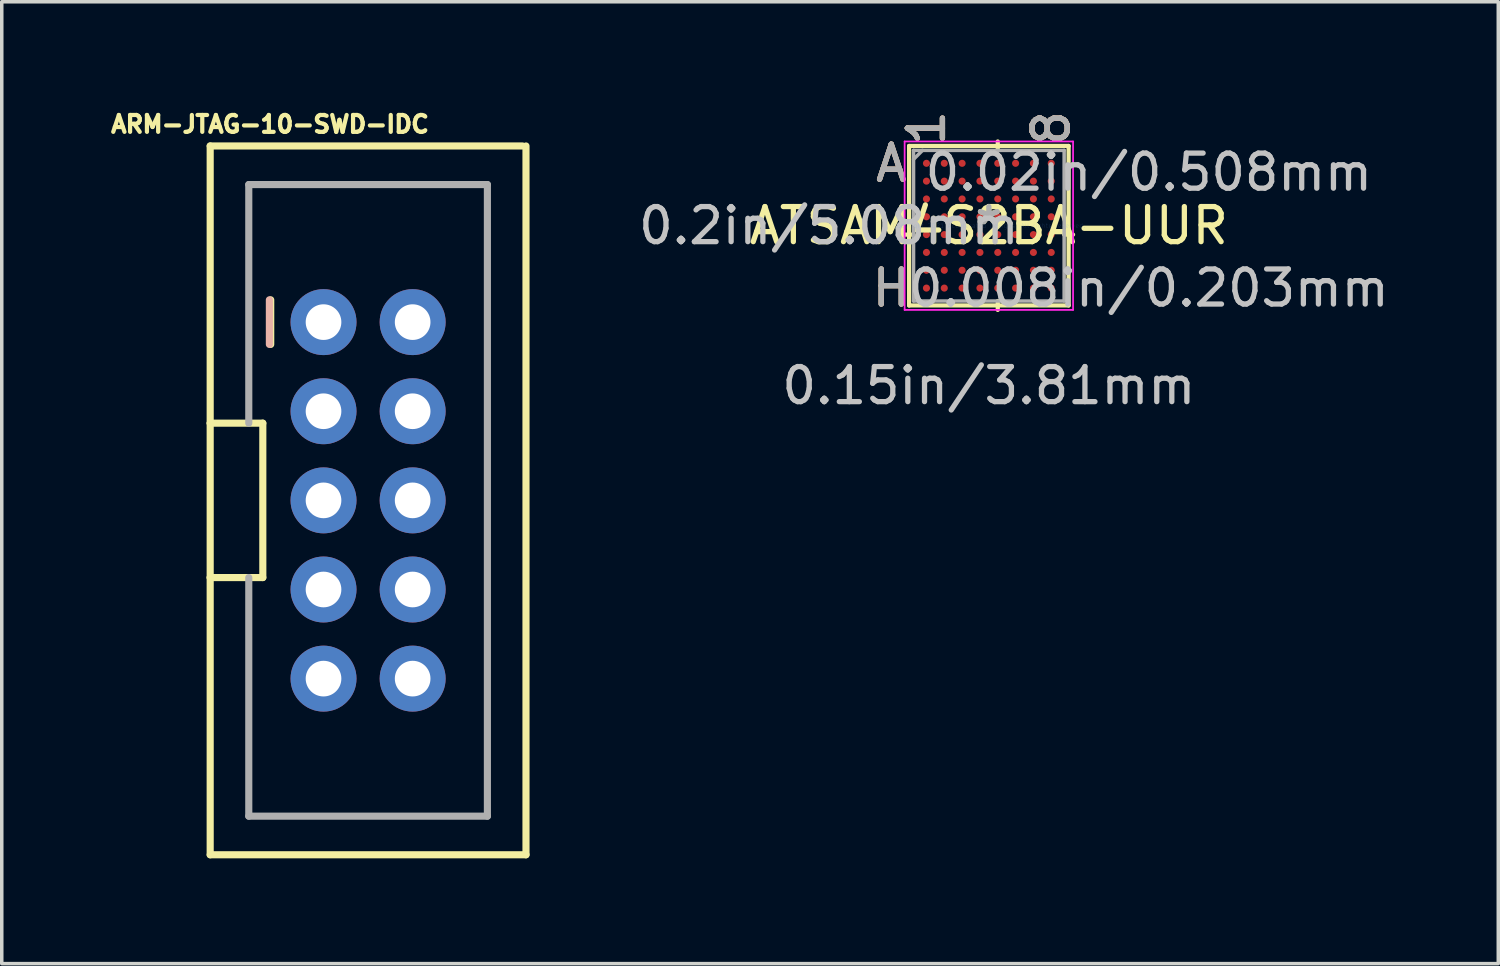
<source format=kicad_pcb>
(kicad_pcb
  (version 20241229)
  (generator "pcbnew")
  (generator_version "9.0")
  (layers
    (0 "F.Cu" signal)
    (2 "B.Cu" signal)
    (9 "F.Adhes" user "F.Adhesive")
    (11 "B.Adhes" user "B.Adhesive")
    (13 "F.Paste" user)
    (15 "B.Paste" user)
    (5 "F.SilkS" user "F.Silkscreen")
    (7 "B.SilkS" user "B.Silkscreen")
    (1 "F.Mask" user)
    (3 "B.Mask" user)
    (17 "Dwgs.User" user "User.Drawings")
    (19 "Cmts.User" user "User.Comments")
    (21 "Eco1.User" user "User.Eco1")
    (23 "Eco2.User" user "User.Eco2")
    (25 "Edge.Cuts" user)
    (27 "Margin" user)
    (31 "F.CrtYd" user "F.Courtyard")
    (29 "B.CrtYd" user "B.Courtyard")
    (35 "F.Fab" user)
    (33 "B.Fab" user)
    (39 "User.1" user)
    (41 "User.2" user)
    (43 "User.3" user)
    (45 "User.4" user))
  (footprint "ATSAM4S2BA-UUR"
    (layer "F.Cu")
    (at 25.131 3.382)
    (property "Reference" "ATSAM4S2BA-UUR" (at 0 0 0) (layer "F.SilkS") (effects (font (size 1 1) (thickness 0.15))))
    (attr through_hole)
    (fp_line (start -2.273 -2.273) (end -2.273 2.273) (stroke (width 0.12) (type solid)) (layer "F.SilkS"))
    (fp_line (start -2.273 2.273) (end 2.273 2.273) (stroke (width 0.12) (type solid)) (layer "F.SilkS"))
    (fp_line (start -2.146 0.254) (end -2.4 0.254) (stroke (width 0.12) (type solid)) (layer "F.SilkS"))
    (fp_line (start 0.254 -2.146) (end 0.254 -2.4) (stroke (width 0.12) (type solid)) (layer "F.SilkS"))
    (fp_line (start 0.254 2.146) (end 0.254 2.4) (stroke (width 0.12) (type solid)) (layer "F.SilkS"))
    (fp_line (start 2.146 0.254) (end 2.4 0.254) (stroke (width 0.12) (type solid)) (layer "F.SilkS"))
    (fp_line (start 2.273 -2.273) (end -2.273 -2.273) (stroke (width 0.12) (type solid)) (layer "F.SilkS"))
    (fp_line (start 2.273 2.273) (end 2.273 -2.273) (stroke (width 0.12) (type solid)) (layer "F.SilkS"))
    (fp_line (start -2.4 -2.4) (end 2.4 -2.4) (stroke (width 0.05) (type solid)) (layer "F.CrtYd"))
    (fp_line (start -2.4 2.4) (end -2.4 -2.4) (stroke (width 0.05) (type solid)) (layer "F.CrtYd"))
    (fp_line (start 2.4 -2.4) (end 2.4 2.4) (stroke (width 0.05) (type solid)) (layer "F.CrtYd"))
    (fp_line (start 2.4 2.4) (end -2.4 2.4) (stroke (width 0.05) (type solid)) (layer "F.CrtYd"))
    (fp_line (start -2.146 -2.146) (end -2.146 2.146) (stroke (width 0.1) (type solid)) (layer "F.Fab"))
    (fp_line (start -2.146 2.146) (end 2.146 2.146) (stroke (width 0.1) (type solid)) (layer "F.Fab"))
    (fp_line (start -1.892 -2.146) (end -2.146 -1.892) (stroke (width 0.1) (type solid)) (layer "F.Fab"))
    (fp_line (start 2.146 -2.146) (end -2.146 -2.146) (stroke (width 0.1) (type solid)) (layer "F.Fab"))
    (fp_line (start 2.146 2.146) (end 2.146 -2.146) (stroke (width 0.1) (type solid)) (layer "F.Fab"))
    (fp_text user "H" (at -2.781 1.778 0) (layer "F.SilkS") (effects (font (size 1 1) (thickness 0.15))))
    (fp_text user "A" (at -2.781 -1.778 0) (layer "F.SilkS") (effects (font (size 1 1) (thickness 0.15))))
    (fp_text user "8" (at 1.778 -2.781 90) (layer "F.SilkS") (effects (font (size 1 1) (thickness 0.15))))
    (fp_text user "*" (at 0 0 0) (layer "F.SilkS") (effects (font (size 1 1) (thickness 0.15))))
    (fp_text user "1" (at -1.778 -2.781 90) (layer "F.SilkS") (effects (font (size 1 1) (thickness 0.15))))
    (fp_text user "1" (at -1.778 -2.781 90) (layer "B.SilkS") (effects (font (size 1 1) (thickness 0.15))))
    (fp_text user "A" (at -2.781 -1.778 0) (layer "B.SilkS") (effects (font (size 1 1) (thickness 0.15))))
    (fp_text user "8" (at 1.778 -2.781 90) (layer "B.SilkS") (effects (font (size 1 1) (thickness 0.15))))
    (fp_text user "H" (at -2.781 1.778 0) (layer "B.SilkS") (effects (font (size 1 1) (thickness 0.15))))
    (fp_text user "0.15in/3.81mm" (at 0 4.559 0) (layer "Dwgs.User") (effects (font (size 1 1) (thickness 0.15))))
    (fp_text user "0.02in/0.508mm" (at 4.559 -1.524 0) (layer "Dwgs.User") (effects (font (size 1 1) (thickness 0.15))))
    (fp_text user "0.008in/0.203mm" (at 4.559 1.778 0) (layer "Dwgs.User") (effects (font (size 1 1) (thickness 0.15))))
    (fp_text user "0.2in/5.08mm" (at -4.559 0 0) (layer "Dwgs.User") (effects (font (size 1 1) (thickness 0.15))))
    (fp_text user "Copyright 2021 Accelerated Designs. All rights reserved." (at 0 0 0) (layer "Cmts.User") (effects (font (size 0.127 0.127) (thickness 0.002))))
    (fp_text user "1" (at -1.778 -2.781 90) (layer "F.Fab") (effects (font (size 1 1) (thickness 0.15))))
    (fp_text user "H" (at -2.781 1.778 0) (layer "F.Fab") (effects (font (size 1 1) (thickness 0.15))))
    (fp_text user "8" (at 1.778 -2.781 90) (layer "F.Fab") (effects (font (size 1 1) (thickness 0.15))))
    (fp_text user "A" (at -2.781 -1.778 0) (layer "F.Fab") (effects (font (size 1 1) (thickness 0.15))))
    (fp_text user "*" (at 0 0 0) (layer "F.Fab") (effects (font (size 1 1) (thickness 0.15))))
    (pad "A1" smd circle (at -1.778 -1.778) (size 0.203 0.203) (layers "F.Cu" "F.Mask" "F.Paste"))
    (pad "A2" smd circle (at -1.27 -1.778) (size 0.203 0.203) (layers "F.Cu" "F.Mask" "F.Paste"))
    (pad "A3" smd circle (at -0.762 -1.778) (size 0.203 0.203) (layers "F.Cu" "F.Mask" "F.Paste"))
    (pad "A4" smd circle (at -0.254 -1.778) (size 0.203 0.203) (layers "F.Cu" "F.Mask" "F.Paste"))
    (pad "A5" smd circle (at 0.254 -1.778) (size 0.203 0.203) (layers "F.Cu" "F.Mask" "F.Paste"))
    (pad "A6" smd circle (at 0.762 -1.778) (size 0.203 0.203) (layers "F.Cu" "F.Mask" "F.Paste"))
    (pad "A7" smd circle (at 1.27 -1.778) (size 0.203 0.203) (layers "F.Cu" "F.Mask" "F.Paste"))
    (pad "A8" smd circle (at 1.778 -1.778) (size 0.203 0.203) (layers "F.Cu" "F.Mask" "F.Paste"))
    (pad "B1" smd circle (at -1.778 -1.27) (size 0.203 0.203) (layers "F.Cu" "F.Mask" "F.Paste"))
    (pad "B2" smd circle (at -1.27 -1.27) (size 0.203 0.203) (layers "F.Cu" "F.Mask" "F.Paste"))
    (pad "B3" smd circle (at -0.762 -1.27) (size 0.203 0.203) (layers "F.Cu" "F.Mask" "F.Paste"))
    (pad "B4" smd circle (at -0.254 -1.27) (size 0.203 0.203) (layers "F.Cu" "F.Mask" "F.Paste"))
    (pad "B5" smd circle (at 0.254 -1.27) (size 0.203 0.203) (layers "F.Cu" "F.Mask" "F.Paste"))
    (pad "B6" smd circle (at 0.762 -1.27) (size 0.203 0.203) (layers "F.Cu" "F.Mask" "F.Paste"))
    (pad "B7" smd circle (at 1.27 -1.27) (size 0.203 0.203) (layers "F.Cu" "F.Mask" "F.Paste"))
    (pad "B8" smd circle (at 1.778 -1.27) (size 0.203 0.203) (layers "F.Cu" "F.Mask" "F.Paste"))
    (pad "C1" smd circle (at -1.778 -0.762) (size 0.203 0.203) (layers "F.Cu" "F.Mask" "F.Paste"))
    (pad "C2" smd circle (at -1.27 -0.762) (size 0.203 0.203) (layers "F.Cu" "F.Mask" "F.Paste"))
    (pad "C3" smd circle (at -0.762 -0.762) (size 0.203 0.203) (layers "F.Cu" "F.Mask" "F.Paste"))
    (pad "C4" smd circle (at -0.254 -0.762) (size 0.203 0.203) (layers "F.Cu" "F.Mask" "F.Paste"))
    (pad "C5" smd circle (at 0.254 -0.762) (size 0.203 0.203) (layers "F.Cu" "F.Mask" "F.Paste"))
    (pad "C6" smd circle (at 0.762 -0.762) (size 0.203 0.203) (layers "F.Cu" "F.Mask" "F.Paste"))
    (pad "C7" smd circle (at 1.27 -0.762) (size 0.203 0.203) (layers "F.Cu" "F.Mask" "F.Paste"))
    (pad "C8" smd circle (at 1.778 -0.762) (size 0.203 0.203) (layers "F.Cu" "F.Mask" "F.Paste"))
    (pad "D1" smd circle (at -1.778 -0.254) (size 0.203 0.203) (layers "F.Cu" "F.Mask" "F.Paste"))
    (pad "D2" smd circle (at -1.27 -0.254) (size 0.203 0.203) (layers "F.Cu" "F.Mask" "F.Paste"))
    (pad "D3" smd circle (at -0.762 -0.254) (size 0.203 0.203) (layers "F.Cu" "F.Mask" "F.Paste"))
    (pad "D4" smd circle (at -0.254 -0.254) (size 0.203 0.203) (layers "F.Cu" "F.Mask" "F.Paste"))
    (pad "D5" smd circle (at 0.254 -0.254) (size 0.203 0.203) (layers "F.Cu" "F.Mask" "F.Paste"))
    (pad "D6" smd circle (at 0.762 -0.254) (size 0.203 0.203) (layers "F.Cu" "F.Mask" "F.Paste"))
    (pad "D7" smd circle (at 1.27 -0.254) (size 0.203 0.203) (layers "F.Cu" "F.Mask" "F.Paste"))
    (pad "D8" smd circle (at 1.778 -0.254) (size 0.203 0.203) (layers "F.Cu" "F.Mask" "F.Paste"))
    (pad "E1" smd circle (at -1.778 0.254) (size 0.203 0.203) (layers "F.Cu" "F.Mask" "F.Paste"))
    (pad "E2" smd circle (at -1.27 0.254) (size 0.203 0.203) (layers "F.Cu" "F.Mask" "F.Paste"))
    (pad "E3" smd circle (at -0.762 0.254) (size 0.203 0.203) (layers "F.Cu" "F.Mask" "F.Paste"))
    (pad "E4" smd circle (at -0.254 0.254) (size 0.203 0.203) (layers "F.Cu" "F.Mask" "F.Paste"))
    (pad "E5" smd circle (at 0.254 0.254) (size 0.203 0.203) (layers "F.Cu" "F.Mask" "F.Paste"))
    (pad "E6" smd circle (at 0.762 0.254) (size 0.203 0.203) (layers "F.Cu" "F.Mask" "F.Paste"))
    (pad "E7" smd circle (at 1.27 0.254) (size 0.203 0.203) (layers "F.Cu" "F.Mask" "F.Paste"))
    (pad "E8" smd circle (at 1.778 0.254) (size 0.203 0.203) (layers "F.Cu" "F.Mask" "F.Paste"))
    (pad "F1" smd circle (at -1.778 0.762) (size 0.203 0.203) (layers "F.Cu" "F.Mask" "F.Paste"))
    (pad "F2" smd circle (at -1.27 0.762) (size 0.203 0.203) (layers "F.Cu" "F.Mask" "F.Paste"))
    (pad "F3" smd circle (at -0.762 0.762) (size 0.203 0.203) (layers "F.Cu" "F.Mask" "F.Paste"))
    (pad "F4" smd circle (at -0.254 0.762) (size 0.203 0.203) (layers "F.Cu" "F.Mask" "F.Paste"))
    (pad "F5" smd circle (at 0.254 0.762) (size 0.203 0.203) (layers "F.Cu" "F.Mask" "F.Paste"))
    (pad "F6" smd circle (at 0.762 0.762) (size 0.203 0.203) (layers "F.Cu" "F.Mask" "F.Paste"))
    (pad "F7" smd circle (at 1.27 0.762) (size 0.203 0.203) (layers "F.Cu" "F.Mask" "F.Paste"))
    (pad "F8" smd circle (at 1.778 0.762) (size 0.203 0.203) (layers "F.Cu" "F.Mask" "F.Paste"))
    (pad "G1" smd circle (at -1.778 1.27) (size 0.203 0.203) (layers "F.Cu" "F.Mask" "F.Paste"))
    (pad "G2" smd circle (at -1.27 1.27) (size 0.203 0.203) (layers "F.Cu" "F.Mask" "F.Paste"))
    (pad "G3" smd circle (at -0.762 1.27) (size 0.203 0.203) (layers "F.Cu" "F.Mask" "F.Paste"))
    (pad "G4" smd circle (at -0.254 1.27) (size 0.203 0.203) (layers "F.Cu" "F.Mask" "F.Paste"))
    (pad "G5" smd circle (at 0.254 1.27) (size 0.203 0.203) (layers "F.Cu" "F.Mask" "F.Paste"))
    (pad "G6" smd circle (at 0.762 1.27) (size 0.203 0.203) (layers "F.Cu" "F.Mask" "F.Paste"))
    (pad "G7" smd circle (at 1.27 1.27) (size 0.203 0.203) (layers "F.Cu" "F.Mask" "F.Paste"))
    (pad "G8" smd circle (at 1.778 1.27) (size 0.203 0.203) (layers "F.Cu" "F.Mask" "F.Paste"))
    (pad "H1" smd circle (at -1.778 1.778) (size 0.203 0.203) (layers "F.Cu" "F.Mask" "F.Paste"))
    (pad "H2" smd circle (at -1.27 1.778) (size 0.203 0.203) (layers "F.Cu" "F.Mask" "F.Paste"))
    (pad "H3" smd circle (at -0.762 1.778) (size 0.203 0.203) (layers "F.Cu" "F.Mask" "F.Paste"))
    (pad "H4" smd circle (at -0.254 1.778) (size 0.203 0.203) (layers "F.Cu" "F.Mask" "F.Paste"))
    (pad "H5" smd circle (at 0.254 1.778) (size 0.203 0.203) (layers "F.Cu" "F.Mask" "F.Paste"))
    (pad "H6" smd circle (at 0.762 1.778) (size 0.203 0.203) (layers "F.Cu" "F.Mask" "F.Paste"))
    (pad "H7" smd circle (at 1.27 1.778) (size 0.203 0.203) (layers "F.Cu" "F.Mask" "F.Paste"))
    (pad "H8" smd circle (at 1.778 1.778) (size 0.203 0.203) (layers "F.Cu" "F.Mask" "F.Paste")))
  (footprint "ARM-JTAG-10-SWD-IDC"
    (layer "F.Cu")
    (at 7.44 11.21)
    (property "Reference" "ARM-JTAG-10-SWD-IDC" (at -2.794 -10.719 0) (layer "F.SilkS") (effects (font (size 0.48 0.48) (thickness 0.15))))
    (attr through_hole)
    (fp_line (start -4.5 -10.1) (end 4.4 -10.1) (stroke (width 0.203) (type solid)) (layer "F.SilkS"))
    (fp_line (start -4.5 -2.2) (end -4.5 -10.1) (stroke (width 0.203) (type solid)) (layer "F.SilkS"))
    (fp_line (start -4.5 -2.2) (end -3 -2.2) (stroke (width 0.203) (type solid)) (layer "F.SilkS"))
    (fp_line (start -4.5 2.2) (end -4.5 -2.2) (stroke (width 0.203) (type solid)) (layer "F.SilkS"))
    (fp_line (start -4.5 10.1) (end -4.5 2.2) (stroke (width 0.203) (type solid)) (layer "F.SilkS"))
    (fp_line (start -3 -2.2) (end -3 2.2) (stroke (width 0.203) (type solid)) (layer "F.SilkS"))
    (fp_line (start -3 2.2) (end -4.5 2.2) (stroke (width 0.203) (type solid)) (layer "F.SilkS"))
    (fp_line (start -2.775 -5.715) (end -2.775 -4.445) (stroke (width 0.203) (type solid)) (layer "F.SilkS"))
    (fp_line (start 4.5 -10.1) (end 4.5 10.1) (stroke (width 0.203) (type solid)) (layer "F.SilkS"))
    (fp_line (start 4.5 10.1) (end -4.5 10.1) (stroke (width 0.203) (type solid)) (layer "F.SilkS"))
    (fp_line (start -2.813 -5.715) (end -2.813 -4.445) (stroke (width 0.203) (type solid)) (layer "B.SilkS"))
    (fp_line (start -3.4 -9) (end -3.4 -2.2) (stroke (width 0.203) (type solid)) (layer "F.Fab"))
    (fp_line (start -3.4 -9) (end 3.4 -9) (stroke (width 0.203) (type solid)) (layer "F.Fab"))
    (fp_line (start -3.4 9) (end -3.4 2.2) (stroke (width 0.203) (type solid)) (layer "F.Fab"))
    (fp_line (start -3.4 9) (end 3.4 9) (stroke (width 0.203) (type solid)) (layer "F.Fab"))
    (fp_line (start 3.4 -9) (end 3.4 9) (stroke (width 0.203) (type solid)) (layer "F.Fab"))
    (fp_poly (pts (xy -1.524 -5.334) (xy -1.016 -5.334) (xy -1.016 -4.826) (xy -1.524 -4.826)) (stroke (width 0.01) (type solid)) (fill no) (layer "F.Fab"))
    (fp_poly (pts (xy -1.524 -2.794) (xy -1.016 -2.794) (xy -1.016 -2.286) (xy -1.524 -2.286)) (stroke (width 0.01) (type solid)) (fill no) (layer "F.Fab"))
    (fp_poly (pts (xy -1.524 -0.254) (xy -1.016 -0.254) (xy -1.016 0.254) (xy -1.524 0.254)) (stroke (width 0.01) (type solid)) (fill no) (layer "F.Fab"))
    (fp_poly (pts (xy -1.524 2.286) (xy -1.016 2.286) (xy -1.016 2.794) (xy -1.524 2.794)) (stroke (width 0.01) (type solid)) (fill no) (layer "F.Fab"))
    (fp_poly (pts (xy -1.524 2.286) (xy -1.016 2.286) (xy -1.016 2.794) (xy -1.524 2.794)) (stroke (width 0.01) (type solid)) (fill no) (layer "F.Fab"))
    (fp_poly (pts (xy -1.524 4.826) (xy -1.016 4.826) (xy -1.016 5.334) (xy -1.524 5.334)) (stroke (width 0.01) (type solid)) (fill no) (layer "F.Fab"))
    (fp_poly (pts (xy 1.016 -5.334) (xy 1.524 -5.334) (xy 1.524 -4.826) (xy 1.016 -4.826)) (stroke (width 0.01) (type solid)) (fill no) (layer "F.Fab"))
    (fp_poly (pts (xy 1.016 -2.794) (xy 1.524 -2.794) (xy 1.524 -2.286) (xy 1.016 -2.286)) (stroke (width 0.01) (type solid)) (fill no) (layer "F.Fab"))
    (fp_poly (pts (xy 1.016 -0.254) (xy 1.524 -0.254) (xy 1.524 0.254) (xy 1.016 0.254)) (stroke (width 0.01) (type solid)) (fill no) (layer "F.Fab"))
    (fp_poly (pts (xy 1.016 2.286) (xy 1.524 2.286) (xy 1.524 2.794) (xy 1.016 2.794)) (stroke (width 0.01) (type solid)) (fill no) (layer "F.Fab"))
    (fp_poly (pts (xy 1.016 2.286) (xy 1.524 2.286) (xy 1.524 2.794) (xy 1.016 2.794)) (stroke (width 0.01) (type solid)) (fill no) (layer "F.Fab"))
    (fp_poly (pts (xy 1.016 4.826) (xy 1.524 4.826) (xy 1.524 5.334) (xy 1.016 5.334)) (stroke (width 0.01) (type solid)) (fill no) (layer "F.Fab"))
    (pad "1" thru_hole circle (at -1.27 -5.08) (size 1.88 1.88) (drill 1.016) (layers "*.Cu" "*.Mask"))
    (pad "2" thru_hole circle (at 1.27 -5.08) (size 1.88 1.88) (drill 1.016) (layers "*.Cu" "*.Mask"))
    (pad "3" thru_hole circle (at -1.27 -2.54) (size 1.88 1.88) (drill 1.016) (layers "*.Cu" "*.Mask"))
    (pad "4" thru_hole circle (at 1.27 -2.54) (size 1.88 1.88) (drill 1.016) (layers "*.Cu" "*.Mask"))
    (pad "5" thru_hole circle (at -1.27 0) (size 1.88 1.88) (drill 1.016) (layers "*.Cu" "*.Mask"))
    (pad "6" thru_hole circle (at 1.27 0) (size 1.88 1.88) (drill 1.016) (layers "*.Cu" "*.Mask"))
    (pad "7" thru_hole circle (at -1.27 2.54) (size 1.88 1.88) (drill 1.016) (layers "*.Cu" "*.Mask"))
    (pad "8" thru_hole circle (at 1.27 2.54) (size 1.88 1.88) (drill 1.016) (layers "*.Cu" "*.Mask"))
    (pad "9" thru_hole circle (at -1.27 5.08) (size 1.88 1.88) (drill 1.016) (layers "*.Cu" "*.Mask"))
    (pad "10" thru_hole circle (at 1.27 5.08) (size 1.88 1.88) (drill 1.016) (layers "*.Cu" "*.Mask")))
  (gr_rect
    (start -3 -3)
    (end 39.649 24.412)
    (stroke (width 0.1) (type default))
    (fill no)
    (layer "Edge.Cuts")))
</source>
